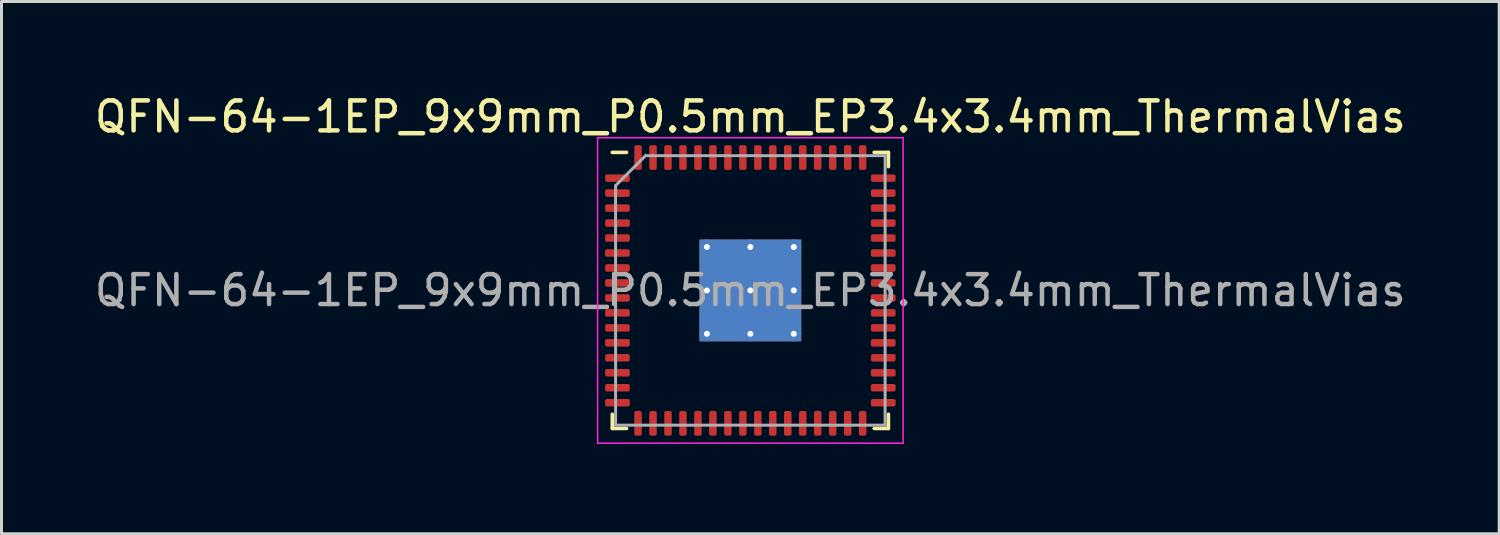
<source format=kicad_pcb>
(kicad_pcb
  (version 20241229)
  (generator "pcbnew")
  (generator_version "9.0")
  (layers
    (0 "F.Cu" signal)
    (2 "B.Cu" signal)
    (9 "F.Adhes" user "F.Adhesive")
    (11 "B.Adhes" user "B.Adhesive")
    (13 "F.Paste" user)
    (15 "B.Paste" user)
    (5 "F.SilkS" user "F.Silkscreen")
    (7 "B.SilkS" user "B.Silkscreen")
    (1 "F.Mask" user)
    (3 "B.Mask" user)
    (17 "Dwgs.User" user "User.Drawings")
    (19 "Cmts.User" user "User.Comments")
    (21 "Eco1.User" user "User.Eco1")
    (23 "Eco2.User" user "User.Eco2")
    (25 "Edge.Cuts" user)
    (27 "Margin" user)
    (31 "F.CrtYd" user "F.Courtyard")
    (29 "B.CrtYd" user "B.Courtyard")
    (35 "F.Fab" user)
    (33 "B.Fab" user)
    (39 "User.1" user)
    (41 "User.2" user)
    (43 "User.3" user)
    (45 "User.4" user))
  (footprint "QFN-64-1EP_9x9mm_P0.5mm_EP3.4x3.4mm_ThermalVias"
    (layer "F.Cu")
    (at 22.006 6.648)
    (property "Reference" "QFN-64-1EP_9x9mm_P0.5mm_EP3.4x3.4mm_ThermalVias" (at 0 -5.8 0) (layer "F.SilkS") (effects (font (size 1 1) (thickness 0.15))))
    (attr smd)
    (fp_line (start -4.61 4.61) (end -4.61 4.135) (stroke (width 0.12) (type solid)) (layer "F.SilkS"))
    (fp_line (start -4.135 -4.61) (end -4.61 -4.61) (stroke (width 0.12) (type solid)) (layer "F.SilkS"))
    (fp_line (start -4.135 4.61) (end -4.61 4.61) (stroke (width 0.12) (type solid)) (layer "F.SilkS"))
    (fp_line (start 4.135 -4.61) (end 4.61 -4.61) (stroke (width 0.12) (type solid)) (layer "F.SilkS"))
    (fp_line (start 4.135 4.61) (end 4.61 4.61) (stroke (width 0.12) (type solid)) (layer "F.SilkS"))
    (fp_line (start 4.61 -4.61) (end 4.61 -4.135) (stroke (width 0.12) (type solid)) (layer "F.SilkS"))
    (fp_line (start 4.61 4.61) (end 4.61 4.135) (stroke (width 0.12) (type solid)) (layer "F.SilkS"))
    (fp_line (start -5.1 -5.1) (end -5.1 5.1) (stroke (width 0.05) (type solid)) (layer "F.CrtYd"))
    (fp_line (start -5.1 5.1) (end 5.1 5.1) (stroke (width 0.05) (type solid)) (layer "F.CrtYd"))
    (fp_line (start 5.1 -5.1) (end -5.1 -5.1) (stroke (width 0.05) (type solid)) (layer "F.CrtYd"))
    (fp_line (start 5.1 5.1) (end 5.1 -5.1) (stroke (width 0.05) (type solid)) (layer "F.CrtYd"))
    (fp_line (start -4.5 -3.5) (end -3.5 -4.5) (stroke (width 0.1) (type solid)) (layer "F.Fab"))
    (fp_line (start -4.5 4.5) (end -4.5 -3.5) (stroke (width 0.1) (type solid)) (layer "F.Fab"))
    (fp_line (start -3.5 -4.5) (end 4.5 -4.5) (stroke (width 0.1) (type solid)) (layer "F.Fab"))
    (fp_line (start 4.5 -4.5) (end 4.5 4.5) (stroke (width 0.1) (type solid)) (layer "F.Fab"))
    (fp_line (start 4.5 4.5) (end -4.5 4.5) (stroke (width 0.1) (type solid)) (layer "F.Fab"))
    (fp_text user "${REFERENCE}" (at 0 0 0) (layer "F.Fab") (effects (font (size 1 1) (thickness 0.15))))
    (pad "" smd custom (at -0.725 -0.725) (size 1.227 1.227) (layers "F.Paste") (options (anchor circle)) (primitives (gr_poly (pts (xy -0.541 -0.422) (xy -0.422 -0.541) (xy 0.422 -0.541) (xy 0.541 -0.422) (xy 0.541 0.422) (xy 0.422 0.541) (xy -0.422 0.541) (xy -0.541 0.422)) (width 0.288) (fill yes))))
    (pad "" smd custom (at -0.725 0.725) (size 1.227 1.227) (layers "F.Paste") (options (anchor circle)) (primitives (gr_poly (pts (xy -0.541 -0.422) (xy -0.422 -0.541) (xy 0.422 -0.541) (xy 0.541 -0.422) (xy 0.541 0.422) (xy 0.422 0.541) (xy -0.422 0.541) (xy -0.541 0.422)) (width 0.288) (fill yes))))
    (pad "" smd custom (at 0.725 -0.725) (size 1.227 1.227) (layers "F.Paste") (options (anchor circle)) (primitives (gr_poly (pts (xy -0.541 -0.422) (xy -0.422 -0.541) (xy 0.422 -0.541) (xy 0.541 -0.422) (xy 0.541 0.422) (xy 0.422 0.541) (xy -0.422 0.541) (xy -0.541 0.422)) (width 0.288) (fill yes))))
    (pad "" smd custom (at 0.725 0.725) (size 1.227 1.227) (layers "F.Paste") (options (anchor circle)) (primitives (gr_poly (pts (xy -0.541 -0.422) (xy -0.422 -0.541) (xy 0.422 -0.541) (xy 0.541 -0.422) (xy 0.541 0.422) (xy 0.422 0.541) (xy -0.422 0.541) (xy -0.541 0.422)) (width 0.288) (fill yes))))
    (pad "1" smd roundrect (at -4.438 -3.75) (size 0.825 0.25) (layers "F.Cu" "F.Mask" "F.Paste") (roundrect_rratio 0.25))
    (pad "2" smd roundrect (at -4.438 -3.25) (size 0.825 0.25) (layers "F.Cu" "F.Mask" "F.Paste") (roundrect_rratio 0.25))
    (pad "3" smd roundrect (at -4.438 -2.75) (size 0.825 0.25) (layers "F.Cu" "F.Mask" "F.Paste") (roundrect_rratio 0.25))
    (pad "4" smd roundrect (at -4.438 -2.25) (size 0.825 0.25) (layers "F.Cu" "F.Mask" "F.Paste") (roundrect_rratio 0.25))
    (pad "5" smd roundrect (at -4.438 -1.75) (size 0.825 0.25) (layers "F.Cu" "F.Mask" "F.Paste") (roundrect_rratio 0.25))
    (pad "6" smd roundrect (at -4.438 -1.25) (size 0.825 0.25) (layers "F.Cu" "F.Mask" "F.Paste") (roundrect_rratio 0.25))
    (pad "7" smd roundrect (at -4.438 -0.75) (size 0.825 0.25) (layers "F.Cu" "F.Mask" "F.Paste") (roundrect_rratio 0.25))
    (pad "8" smd roundrect (at -4.438 -0.25) (size 0.825 0.25) (layers "F.Cu" "F.Mask" "F.Paste") (roundrect_rratio 0.25))
    (pad "9" smd roundrect (at -4.438 0.25) (size 0.825 0.25) (layers "F.Cu" "F.Mask" "F.Paste") (roundrect_rratio 0.25))
    (pad "10" smd roundrect (at -4.438 0.75) (size 0.825 0.25) (layers "F.Cu" "F.Mask" "F.Paste") (roundrect_rratio 0.25))
    (pad "11" smd roundrect (at -4.438 1.25) (size 0.825 0.25) (layers "F.Cu" "F.Mask" "F.Paste") (roundrect_rratio 0.25))
    (pad "12" smd roundrect (at -4.438 1.75) (size 0.825 0.25) (layers "F.Cu" "F.Mask" "F.Paste") (roundrect_rratio 0.25))
    (pad "13" smd roundrect (at -4.438 2.25) (size 0.825 0.25) (layers "F.Cu" "F.Mask" "F.Paste") (roundrect_rratio 0.25))
    (pad "14" smd roundrect (at -4.438 2.75) (size 0.825 0.25) (layers "F.Cu" "F.Mask" "F.Paste") (roundrect_rratio 0.25))
    (pad "15" smd roundrect (at -4.438 3.25) (size 0.825 0.25) (layers "F.Cu" "F.Mask" "F.Paste") (roundrect_rratio 0.25))
    (pad "16" smd roundrect (at -4.438 3.75) (size 0.825 0.25) (layers "F.Cu" "F.Mask" "F.Paste") (roundrect_rratio 0.25))
    (pad "17" smd roundrect (at -3.75 4.438) (size 0.25 0.825) (layers "F.Cu" "F.Mask" "F.Paste") (roundrect_rratio 0.25))
    (pad "18" smd roundrect (at -3.25 4.438) (size 0.25 0.825) (layers "F.Cu" "F.Mask" "F.Paste") (roundrect_rratio 0.25))
    (pad "19" smd roundrect (at -2.75 4.438) (size 0.25 0.825) (layers "F.Cu" "F.Mask" "F.Paste") (roundrect_rratio 0.25))
    (pad "20" smd roundrect (at -2.25 4.438) (size 0.25 0.825) (layers "F.Cu" "F.Mask" "F.Paste") (roundrect_rratio 0.25))
    (pad "21" smd roundrect (at -1.75 4.438) (size 0.25 0.825) (layers "F.Cu" "F.Mask" "F.Paste") (roundrect_rratio 0.25))
    (pad "22" smd roundrect (at -1.25 4.438) (size 0.25 0.825) (layers "F.Cu" "F.Mask" "F.Paste") (roundrect_rratio 0.25))
    (pad "23" smd roundrect (at -0.75 4.438) (size 0.25 0.825) (layers "F.Cu" "F.Mask" "F.Paste") (roundrect_rratio 0.25))
    (pad "24" smd roundrect (at -0.25 4.438) (size 0.25 0.825) (layers "F.Cu" "F.Mask" "F.Paste") (roundrect_rratio 0.25))
    (pad "25" smd roundrect (at 0.25 4.438) (size 0.25 0.825) (layers "F.Cu" "F.Mask" "F.Paste") (roundrect_rratio 0.25))
    (pad "26" smd roundrect (at 0.75 4.438) (size 0.25 0.825) (layers "F.Cu" "F.Mask" "F.Paste") (roundrect_rratio 0.25))
    (pad "27" smd roundrect (at 1.25 4.438) (size 0.25 0.825) (layers "F.Cu" "F.Mask" "F.Paste") (roundrect_rratio 0.25))
    (pad "28" smd roundrect (at 1.75 4.438) (size 0.25 0.825) (layers "F.Cu" "F.Mask" "F.Paste") (roundrect_rratio 0.25))
    (pad "29" smd roundrect (at 2.25 4.438) (size 0.25 0.825) (layers "F.Cu" "F.Mask" "F.Paste") (roundrect_rratio 0.25))
    (pad "30" smd roundrect (at 2.75 4.438) (size 0.25 0.825) (layers "F.Cu" "F.Mask" "F.Paste") (roundrect_rratio 0.25))
    (pad "31" smd roundrect (at 3.25 4.438) (size 0.25 0.825) (layers "F.Cu" "F.Mask" "F.Paste") (roundrect_rratio 0.25))
    (pad "32" smd roundrect (at 3.75 4.438) (size 0.25 0.825) (layers "F.Cu" "F.Mask" "F.Paste") (roundrect_rratio 0.25))
    (pad "33" smd roundrect (at 4.438 3.75) (size 0.825 0.25) (layers "F.Cu" "F.Mask" "F.Paste") (roundrect_rratio 0.25))
    (pad "34" smd roundrect (at 4.438 3.25) (size 0.825 0.25) (layers "F.Cu" "F.Mask" "F.Paste") (roundrect_rratio 0.25))
    (pad "35" smd roundrect (at 4.438 2.75) (size 0.825 0.25) (layers "F.Cu" "F.Mask" "F.Paste") (roundrect_rratio 0.25))
    (pad "36" smd roundrect (at 4.438 2.25) (size 0.825 0.25) (layers "F.Cu" "F.Mask" "F.Paste") (roundrect_rratio 0.25))
    (pad "37" smd roundrect (at 4.438 1.75) (size 0.825 0.25) (layers "F.Cu" "F.Mask" "F.Paste") (roundrect_rratio 0.25))
    (pad "38" smd roundrect (at 4.438 1.25) (size 0.825 0.25) (layers "F.Cu" "F.Mask" "F.Paste") (roundrect_rratio 0.25))
    (pad "39" smd roundrect (at 4.438 0.75) (size 0.825 0.25) (layers "F.Cu" "F.Mask" "F.Paste") (roundrect_rratio 0.25))
    (pad "40" smd roundrect (at 4.438 0.25) (size 0.825 0.25) (layers "F.Cu" "F.Mask" "F.Paste") (roundrect_rratio 0.25))
    (pad "41" smd roundrect (at 4.438 -0.25) (size 0.825 0.25) (layers "F.Cu" "F.Mask" "F.Paste") (roundrect_rratio 0.25))
    (pad "42" smd roundrect (at 4.438 -0.75) (size 0.825 0.25) (layers "F.Cu" "F.Mask" "F.Paste") (roundrect_rratio 0.25))
    (pad "43" smd roundrect (at 4.438 -1.25) (size 0.825 0.25) (layers "F.Cu" "F.Mask" "F.Paste") (roundrect_rratio 0.25))
    (pad "44" smd roundrect (at 4.438 -1.75) (size 0.825 0.25) (layers "F.Cu" "F.Mask" "F.Paste") (roundrect_rratio 0.25))
    (pad "45" smd roundrect (at 4.438 -2.25) (size 0.825 0.25) (layers "F.Cu" "F.Mask" "F.Paste") (roundrect_rratio 0.25))
    (pad "46" smd roundrect (at 4.438 -2.75) (size 0.825 0.25) (layers "F.Cu" "F.Mask" "F.Paste") (roundrect_rratio 0.25))
    (pad "47" smd roundrect (at 4.438 -3.25) (size 0.825 0.25) (layers "F.Cu" "F.Mask" "F.Paste") (roundrect_rratio 0.25))
    (pad "48" smd roundrect (at 4.438 -3.75) (size 0.825 0.25) (layers "F.Cu" "F.Mask" "F.Paste") (roundrect_rratio 0.25))
    (pad "49" smd roundrect (at 3.75 -4.438) (size 0.25 0.825) (layers "F.Cu" "F.Mask" "F.Paste") (roundrect_rratio 0.25))
    (pad "50" smd roundrect (at 3.25 -4.438) (size 0.25 0.825) (layers "F.Cu" "F.Mask" "F.Paste") (roundrect_rratio 0.25))
    (pad "51" smd roundrect (at 2.75 -4.438) (size 0.25 0.825) (layers "F.Cu" "F.Mask" "F.Paste") (roundrect_rratio 0.25))
    (pad "52" smd roundrect (at 2.25 -4.438) (size 0.25 0.825) (layers "F.Cu" "F.Mask" "F.Paste") (roundrect_rratio 0.25))
    (pad "53" smd roundrect (at 1.75 -4.438) (size 0.25 0.825) (layers "F.Cu" "F.Mask" "F.Paste") (roundrect_rratio 0.25))
    (pad "54" smd roundrect (at 1.25 -4.438) (size 0.25 0.825) (layers "F.Cu" "F.Mask" "F.Paste") (roundrect_rratio 0.25))
    (pad "55" smd roundrect (at 0.75 -4.438) (size 0.25 0.825) (layers "F.Cu" "F.Mask" "F.Paste") (roundrect_rratio 0.25))
    (pad "56" smd roundrect (at 0.25 -4.438) (size 0.25 0.825) (layers "F.Cu" "F.Mask" "F.Paste") (roundrect_rratio 0.25))
    (pad "57" smd roundrect (at -0.25 -4.438) (size 0.25 0.825) (layers "F.Cu" "F.Mask" "F.Paste") (roundrect_rratio 0.25))
    (pad "58" smd roundrect (at -0.75 -4.438) (size 0.25 0.825) (layers "F.Cu" "F.Mask" "F.Paste") (roundrect_rratio 0.25))
    (pad "59" smd roundrect (at -1.25 -4.438) (size 0.25 0.825) (layers "F.Cu" "F.Mask" "F.Paste") (roundrect_rratio 0.25))
    (pad "60" smd roundrect (at -1.75 -4.438) (size 0.25 0.825) (layers "F.Cu" "F.Mask" "F.Paste") (roundrect_rratio 0.25))
    (pad "61" smd roundrect (at -2.25 -4.438) (size 0.25 0.825) (layers "F.Cu" "F.Mask" "F.Paste") (roundrect_rratio 0.25))
    (pad "62" smd roundrect (at -2.75 -4.438) (size 0.25 0.825) (layers "F.Cu" "F.Mask" "F.Paste") (roundrect_rratio 0.25))
    (pad "63" smd roundrect (at -3.25 -4.438) (size 0.25 0.825) (layers "F.Cu" "F.Mask" "F.Paste") (roundrect_rratio 0.25))
    (pad "64" smd roundrect (at -3.75 -4.438) (size 0.25 0.825) (layers "F.Cu" "F.Mask" "F.Paste") (roundrect_rratio 0.25))
    (pad "65" thru_hole circle (at -1.45 -1.45) (size 0.5 0.5) (drill 0.2) (layers "*.Cu"))
    (pad "65" thru_hole circle (at -1.45 0) (size 0.5 0.5) (drill 0.2) (layers "*.Cu"))
    (pad "65" thru_hole circle (at -1.45 1.45) (size 0.5 0.5) (drill 0.2) (layers "*.Cu"))
    (pad "65" thru_hole circle (at 0 -1.45) (size 0.5 0.5) (drill 0.2) (layers "*.Cu"))
    (pad "65" thru_hole circle (at 0 0) (size 0.5 0.5) (drill 0.2) (layers "*.Cu"))
    (pad "65" smd rect (at 0 0) (size 3.4 3.4) (layers "F.Cu" "F.Mask"))
    (pad "65" smd rect (at 0 0) (size 3.4 3.4) (layers "B.Cu"))
    (pad "65" thru_hole circle (at 0 1.45) (size 0.5 0.5) (drill 0.2) (layers "*.Cu"))
    (pad "65" thru_hole circle (at 1.45 -1.45) (size 0.5 0.5) (drill 0.2) (layers "*.Cu"))
    (pad "65" thru_hole circle (at 1.45 0) (size 0.5 0.5) (drill 0.2) (layers "*.Cu"))
    (pad "65" thru_hole circle (at 1.45 1.45) (size 0.5 0.5) (drill 0.2) (layers "*.Cu")))
  (gr_rect
    (start -3 -3)
    (end 47.012 14.773)
    (stroke (width 0.1) (type default))
    (fill no)
    (layer "Edge.Cuts")))
</source>
